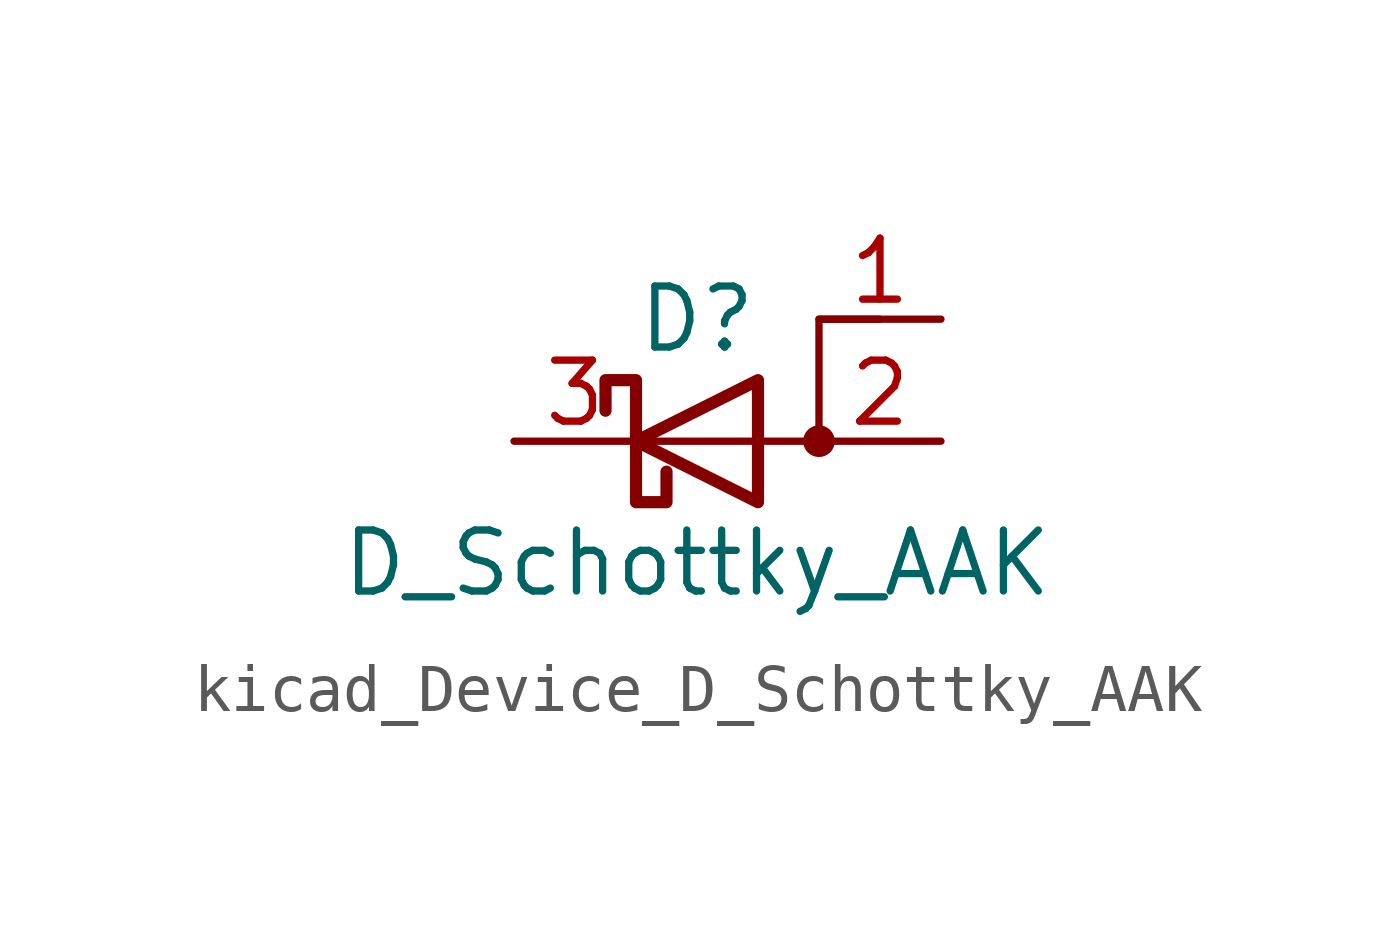
<source format=kicad_sym>
(kicad_symbol_lib
  (version 20220914)
  (generator kicad_symbol_editor)
  (symbol "kicad_Device_D_Schottky_AAK"
    (pin_names
      (offset 0) hide)
    (property "Reference" "D"
      (at 0 2.54 0)
      (effects (font (size 1.27 1.27))))
    (property "Value" "D_Schottky_AAK"
      (at 0 -2.54 0)
      (effects (font (size 1.27 1.27))))
    (symbol "kicad_Device_D_Schottky_AAK_0_1"
      (polyline (pts (xy 1.27 1.27) (xy 1.27 -1.27) (xy -1.27 0) (xy 1.27 1.27)) (stroke (width 0.254) (type default)) (fill (type none)))
      (polyline (pts (xy 3.81 2.54) (xy 2.54 2.54) (xy 2.54 0) (xy -1.27 0)) (stroke (width 0) (type default)) (fill (type none)))
      (polyline (pts (xy -1.905 0.635) (xy -1.905 1.27) (xy -1.27 1.27) (xy -1.27 -1.27) (xy -0.635 -1.27) (xy -0.635 -0.635)) (stroke (width 0.254) (type default)) (fill (type none)))
      (circle (center 2.54 0) (radius 0.254) (stroke (width 0) (type default)) (fill (type outline))))
    (symbol "kicad_Device_D_Schottky_AAK_1_1"
      (pin passive line (at 5.08 2.54 180) (length 2.54) (name "A" (effects (font (size 1.27 1.27)))) (number "1" (effects (font (size 1.27 1.27)))))
      (pin passive line (at 5.08 0 180) (length 2.54) (name "A" (effects (font (size 1.27 1.27)))) (number "2" (effects (font (size 1.27 1.27)))))
      (pin passive line (at -3.81 0 0) (length 2.54) (name "K" (effects (font (size 1.27 1.27)))) (number "3" (effects (font (size 1.27 1.27))))))))
</source>
